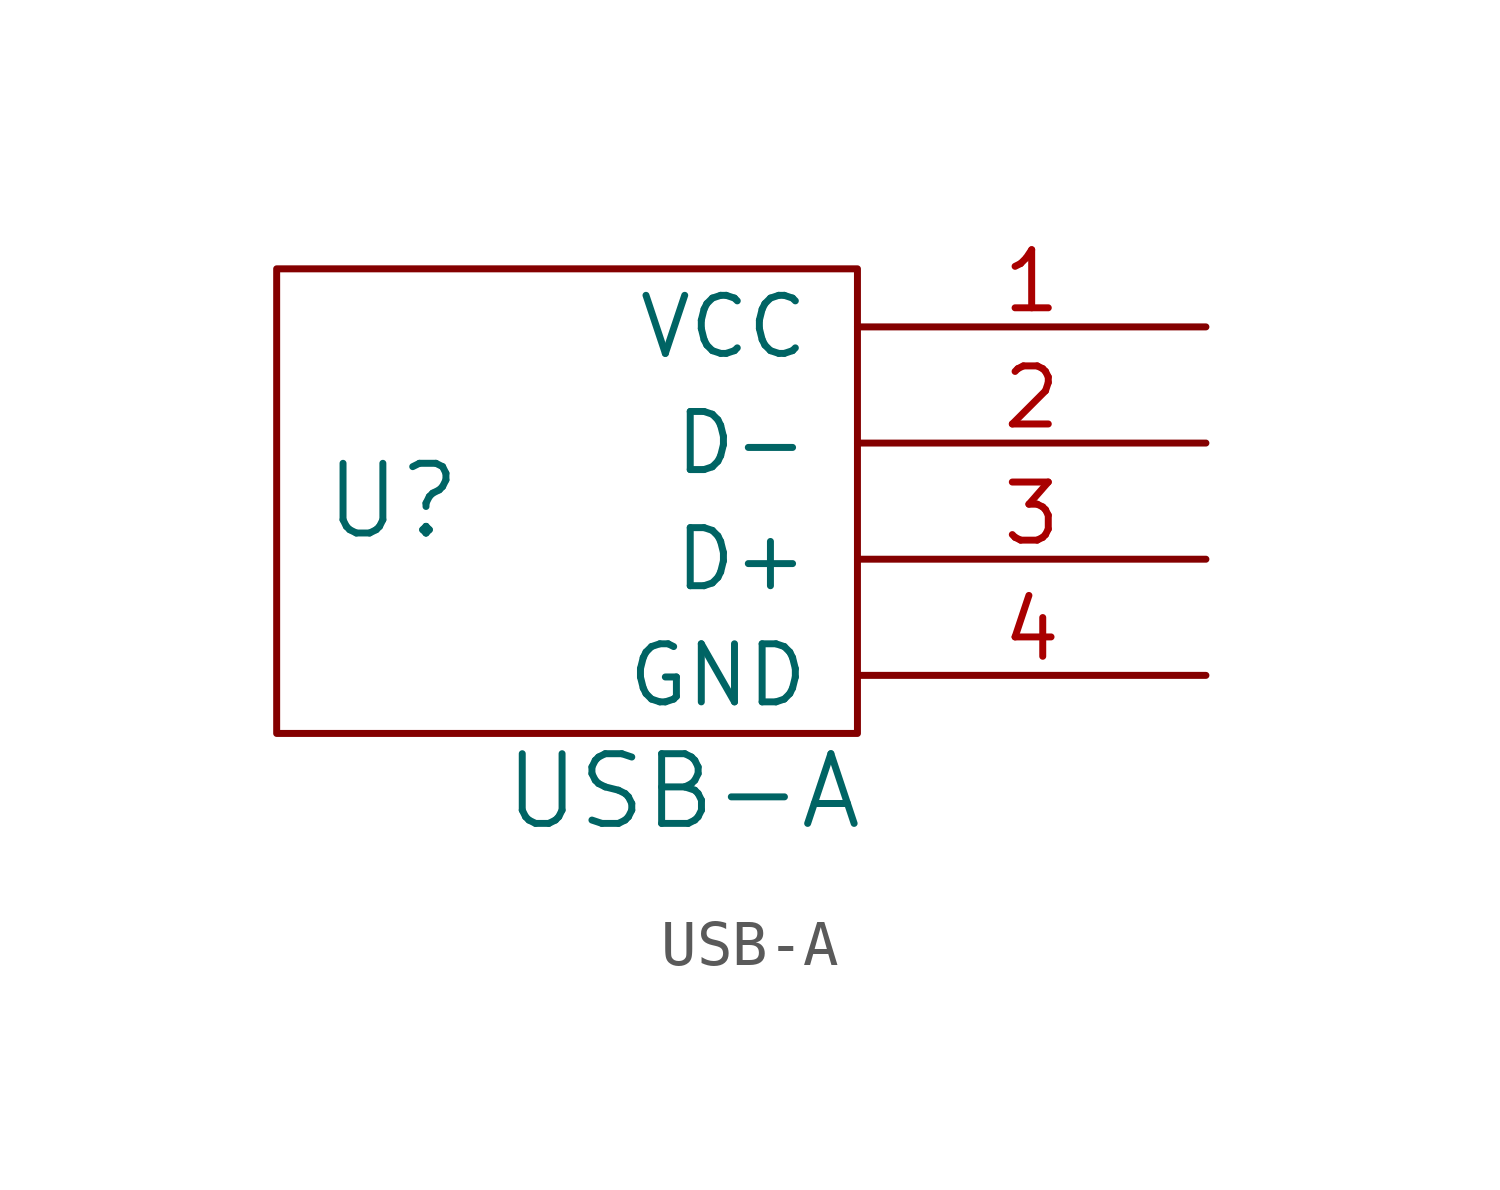
<source format=kicad_sym>
(kicad_symbol_lib
  (version 20220914)
  (generator kicad_symbol_editor)
  (symbol "USB-A"
    (pin_names
      (offset 1.016))
    (property "Reference" "U"
      (at -10.16 0 0)
      (effects (font (size 1.524 1.524))))
    (property "Value" "USB-A"
      (at -3.81 -6.35 0)
      (effects (font (size 1.524 1.524))))
    (property "Footprint" ""
      (at 0 0 0)
      (effects (font (size 1.524 1.524))))
    (property "Datasheet" ""
      (at 0 0 0)
      (effects (font (size 1.524 1.524))))
    (symbol "USB-A_0_1"
      (rectangle (start 0 5.08) (end -12.7 -5.08) (stroke (width 0) (type solid)) (fill (type none))))
    (symbol "USB-A_1_1"
      (pin power_in line (at 7.62 3.81 180) (length 7.62) (name "VCC" (effects (font (size 1.27 1.27)))) (number "1" (effects (font (size 1.27 1.27)))))
      (pin bidirectional line (at 7.62 1.27 180) (length 7.62) (name "D-" (effects (font (size 1.27 1.27)))) (number "2" (effects (font (size 1.27 1.27)))))
      (pin bidirectional line (at 7.62 -1.27 180) (length 7.62) (name "D+" (effects (font (size 1.27 1.27)))) (number "3" (effects (font (size 1.27 1.27)))))
      (pin power_in line (at 7.62 -3.81 180) (length 7.62) (name "GND" (effects (font (size 1.27 1.27)))) (number "4" (effects (font (size 1.27 1.27))))))))
</source>
